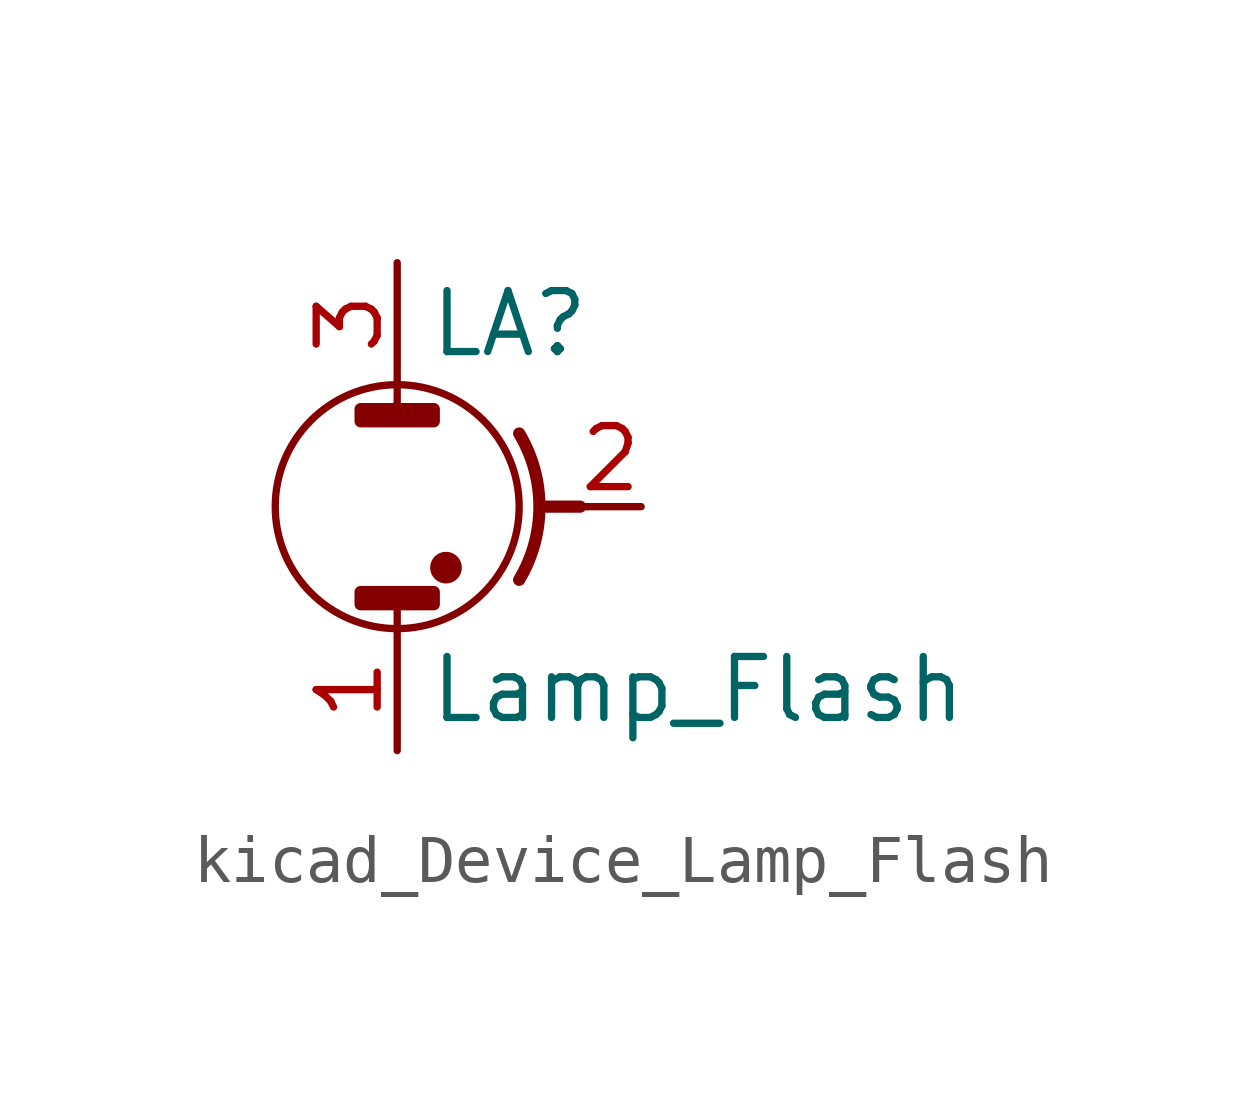
<source format=kicad_sym>
(kicad_symbol_lib
  (version 20220914)
  (generator kicad_symbol_editor)
  (symbol "kicad_Device_Lamp_Flash"
    (pin_names
      (offset 0.025) hide)
    (property "Reference" "LA"
      (at 0.635 3.81 0)
      (effects (font (size 1.27 1.27)) (justify left)))
    (property "Value" "Lamp_Flash"
      (at 0.635 -3.81 0)
      (effects (font (size 1.27 1.27)) (justify left)))
    (symbol "kicad_Device_Lamp_Flash_0_0"
      (rectangle (start -0.762 -1.778) (end 0.762 -2.032) (stroke (width 0.254) (type default)) (fill (type outline)))
      (rectangle (start -0.762 2.032) (end 0.762 1.778) (stroke (width 0.254) (type default)) (fill (type outline)))
      (polyline (pts (xy 3.048 0) (xy 3.81 0)) (stroke (width 0.254) (type default)) (fill (type none)))
      (arc (start 2.54 -1.524) (mid 2.9621 0) (end 2.54 1.524) (stroke (width 0.254) (type default)) (fill (type none))))
    (symbol "kicad_Device_Lamp_Flash_0_1"
      (polyline (pts (xy 0 -2.54) (xy 0 -2.032)) (stroke (width 0) (type default)) (fill (type none)))
      (polyline (pts (xy 0 2.54) (xy 0 2.032)) (stroke (width 0) (type default)) (fill (type none)))
      (circle (center 0 0) (radius 2.54) (stroke (width 0) (type default)) (fill (type none)))
      (circle (center 1.016 -1.27) (radius 0.254) (stroke (width 0) (type default)) (fill (type outline))))
    (symbol "kicad_Device_Lamp_Flash_1_1"
      (pin passive line (at 0 -5.08 90) (length 2.54) (name "~" (effects (font (size 1.27 1.27)))) (number "1" (effects (font (size 1.27 1.27)))))
      (pin passive line (at 5.08 0 180) (length 1.27) (name "~" (effects (font (size 1.27 1.27)))) (number "2" (effects (font (size 1.27 1.27)))))
      (pin passive line (at 0 5.08 270) (length 2.54) (name "~" (effects (font (size 1.27 1.27)))) (number "3" (effects (font (size 1.27 1.27))))))))
</source>
